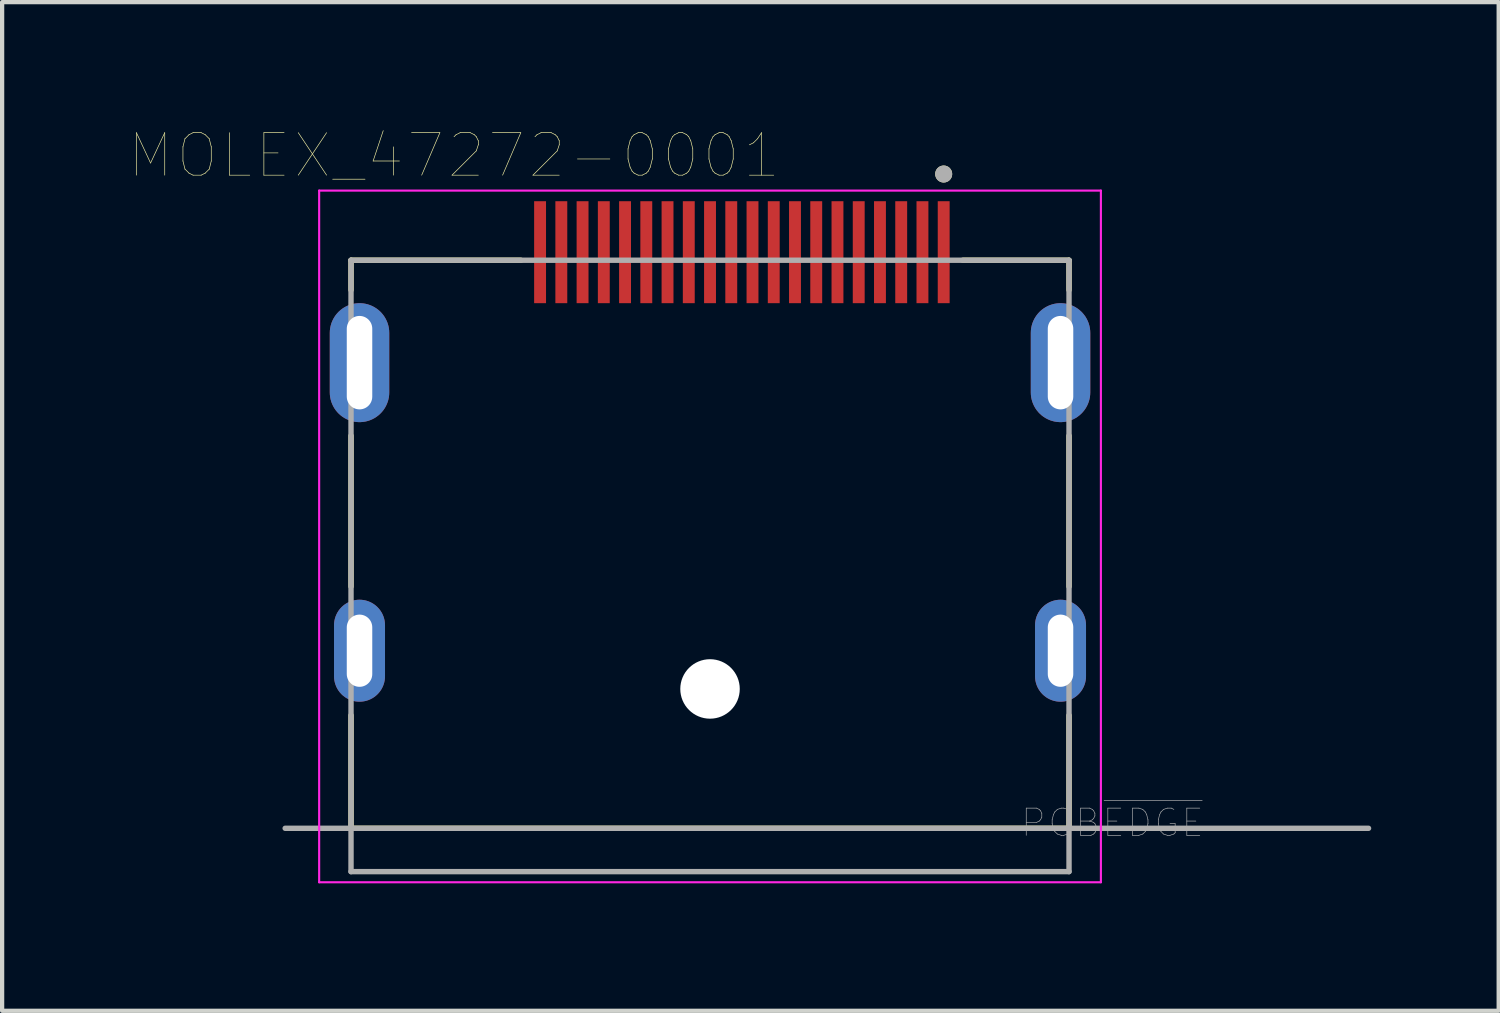
<source format=kicad_pcb>
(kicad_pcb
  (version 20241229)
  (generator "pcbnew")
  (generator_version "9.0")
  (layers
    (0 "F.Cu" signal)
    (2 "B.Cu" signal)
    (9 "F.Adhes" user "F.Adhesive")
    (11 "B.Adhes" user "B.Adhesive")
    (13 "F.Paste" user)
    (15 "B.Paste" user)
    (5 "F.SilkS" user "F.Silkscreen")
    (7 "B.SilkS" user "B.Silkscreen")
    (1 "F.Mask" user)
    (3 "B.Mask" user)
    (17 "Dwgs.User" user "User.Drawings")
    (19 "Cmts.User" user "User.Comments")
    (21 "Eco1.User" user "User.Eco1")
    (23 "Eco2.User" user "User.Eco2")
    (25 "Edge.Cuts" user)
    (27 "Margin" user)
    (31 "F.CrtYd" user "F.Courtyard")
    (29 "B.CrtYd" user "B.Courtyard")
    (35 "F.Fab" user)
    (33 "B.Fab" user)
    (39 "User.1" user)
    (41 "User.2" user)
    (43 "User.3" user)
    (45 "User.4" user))
  (footprint "MOLEX_47272-0001"
    (layer "F.Cu")
    (at 13.662 16.446)
    (property "Reference" "MOLEX_47272-0001" (at -6.025 -15.835 0) (layer "F.SilkS") (effects (font (size 1 1) (thickness 0.015))))
    (attr through_hole)
    (fp_line (start -8.45 -13.37) (end -8.45 -12.67) (stroke (width 0.127) (type solid)) (layer "F.SilkS"))
    (fp_line (start -8.45 -9.24) (end -8.45 -5.69) (stroke (width 0.127) (type solid)) (layer "F.SilkS"))
    (fp_line (start -8.45 -2.66) (end -8.45 0) (stroke (width 0.127) (type solid)) (layer "F.SilkS"))
    (fp_line (start -8.45 0) (end 8.45 0) (stroke (width 0.127) (type solid)) (layer "F.SilkS"))
    (fp_line (start -4.45 -13.37) (end -8.45 -13.37) (stroke (width 0.127) (type solid)) (layer "F.SilkS"))
    (fp_line (start 8.45 -13.37) (end 5.95 -13.37) (stroke (width 0.127) (type solid)) (layer "F.SilkS"))
    (fp_line (start 8.45 -13.37) (end 8.45 -12.67) (stroke (width 0.127) (type solid)) (layer "F.SilkS"))
    (fp_line (start 8.45 -9.24) (end 8.45 -5.69) (stroke (width 0.127) (type solid)) (layer "F.SilkS"))
    (fp_line (start 8.45 -2.66) (end 8.45 0) (stroke (width 0.127) (type solid)) (layer "F.SilkS"))
    (fp_circle (center 5.5 -15.4) (end 5.6 -15.4) (stroke (width 0.2) (type solid)) (fill no) (layer "F.SilkS"))
    (fp_line (start -9.2 -15.01) (end 9.2 -15.01) (stroke (width 0.05) (type solid)) (layer "F.CrtYd"))
    (fp_line (start -9.2 1.27) (end -9.2 -15.01) (stroke (width 0.05) (type solid)) (layer "F.CrtYd"))
    (fp_line (start 9.2 -15.01) (end 9.2 1.27) (stroke (width 0.05) (type solid)) (layer "F.CrtYd"))
    (fp_line (start 9.2 1.27) (end -9.2 1.27) (stroke (width 0.05) (type solid)) (layer "F.CrtYd"))
    (fp_line (start -8.45 -13.37) (end 8.45 -13.37) (stroke (width 0.127) (type solid)) (layer "F.Fab"))
    (fp_line (start -8.45 1.02) (end -8.45 -13.37) (stroke (width 0.127) (type solid)) (layer "F.Fab"))
    (fp_line (start 8.45 -13.37) (end 8.45 1.02) (stroke (width 0.127) (type solid)) (layer "F.Fab"))
    (fp_line (start 8.45 1.02) (end -8.45 1.02) (stroke (width 0.127) (type solid)) (layer "F.Fab"))
    (fp_line (start 15.5 0) (end -10 0) (stroke (width 0.127) (type solid)) (layer "F.Fab"))
    (fp_circle (center 5.5 -15.4) (end 5.6 -15.4) (stroke (width 0.2) (type solid)) (fill no) (layer "F.Fab"))
    (fp_text user "PCB~{EDGE}" (at 9.47 -0.13 0) (layer "F.Fab") (effects (font (size 0.64 0.64) (thickness 0.015))))
    (pad "" np_thru_hole circle (at 0 -3.28) (size 1.4 1.4) (drill 1.4) (layers "*.Cu" "*.Mask"))
    (pad "1" smd rect (at 5.5 -13.56) (size 0.28 2.4) (layers "F.Cu" "F.Mask" "F.Paste"))
    (pad "2" smd rect (at 5 -13.56) (size 0.28 2.4) (layers "F.Cu" "F.Mask" "F.Paste"))
    (pad "3" smd rect (at 4.5 -13.56) (size 0.28 2.4) (layers "F.Cu" "F.Mask" "F.Paste"))
    (pad "4" smd rect (at 4 -13.56) (size 0.28 2.4) (layers "F.Cu" "F.Mask" "F.Paste"))
    (pad "5" smd rect (at 3.5 -13.56) (size 0.28 2.4) (layers "F.Cu" "F.Mask" "F.Paste"))
    (pad "6" smd rect (at 3 -13.56) (size 0.28 2.4) (layers "F.Cu" "F.Mask" "F.Paste"))
    (pad "7" smd rect (at 2.5 -13.56) (size 0.28 2.4) (layers "F.Cu" "F.Mask" "F.Paste"))
    (pad "8" smd rect (at 2 -13.56) (size 0.28 2.4) (layers "F.Cu" "F.Mask" "F.Paste"))
    (pad "9" smd rect (at 1.5 -13.56) (size 0.28 2.4) (layers "F.Cu" "F.Mask" "F.Paste"))
    (pad "10" smd rect (at 1 -13.56) (size 0.28 2.4) (layers "F.Cu" "F.Mask" "F.Paste"))
    (pad "11" smd rect (at 0.5 -13.56) (size 0.28 2.4) (layers "F.Cu" "F.Mask" "F.Paste"))
    (pad "12" smd rect (at 0 -13.56) (size 0.28 2.4) (layers "F.Cu" "F.Mask" "F.Paste"))
    (pad "13" smd rect (at -0.5 -13.56) (size 0.28 2.4) (layers "F.Cu" "F.Mask" "F.Paste"))
    (pad "14" smd rect (at -1 -13.56) (size 0.28 2.4) (layers "F.Cu" "F.Mask" "F.Paste"))
    (pad "15" smd rect (at -1.5 -13.56) (size 0.28 2.4) (layers "F.Cu" "F.Mask" "F.Paste"))
    (pad "16" smd rect (at -2 -13.56) (size 0.28 2.4) (layers "F.Cu" "F.Mask" "F.Paste"))
    (pad "17" smd rect (at -2.5 -13.56) (size 0.28 2.4) (layers "F.Cu" "F.Mask" "F.Paste"))
    (pad "18" smd rect (at -3 -13.56) (size 0.28 2.4) (layers "F.Cu" "F.Mask" "F.Paste"))
    (pad "19" smd rect (at -3.5 -13.56) (size 0.28 2.4) (layers "F.Cu" "F.Mask" "F.Paste"))
    (pad "20" smd rect (at -4 -13.56) (size 0.28 2.4) (layers "F.Cu" "F.Mask" "F.Paste"))
    (pad "S1" thru_hole oval (at -8.25 -10.96) (size 1.4 2.8) (drill oval 0.6 2.2) (layers "*.Cu" "*.Mask"))
    (pad "S2" thru_hole oval (at 8.25 -10.96) (size 1.4 2.8) (drill oval 0.6 2.2) (layers "*.Cu" "*.Mask"))
    (pad "S3" thru_hole oval (at -8.25 -4.18) (size 1.2 2.4) (drill oval 0.6 1.7) (layers "*.Cu" "*.Mask"))
    (pad "S4" thru_hole oval (at 8.25 -4.18) (size 1.2 2.4) (drill oval 0.6 1.7) (layers "*.Cu" "*.Mask")))
  (gr_rect
    (start -3 -3)
    (end 32.225 20.741)
    (stroke (width 0.1) (type default))
    (fill no)
    (layer "Edge.Cuts")))
</source>
